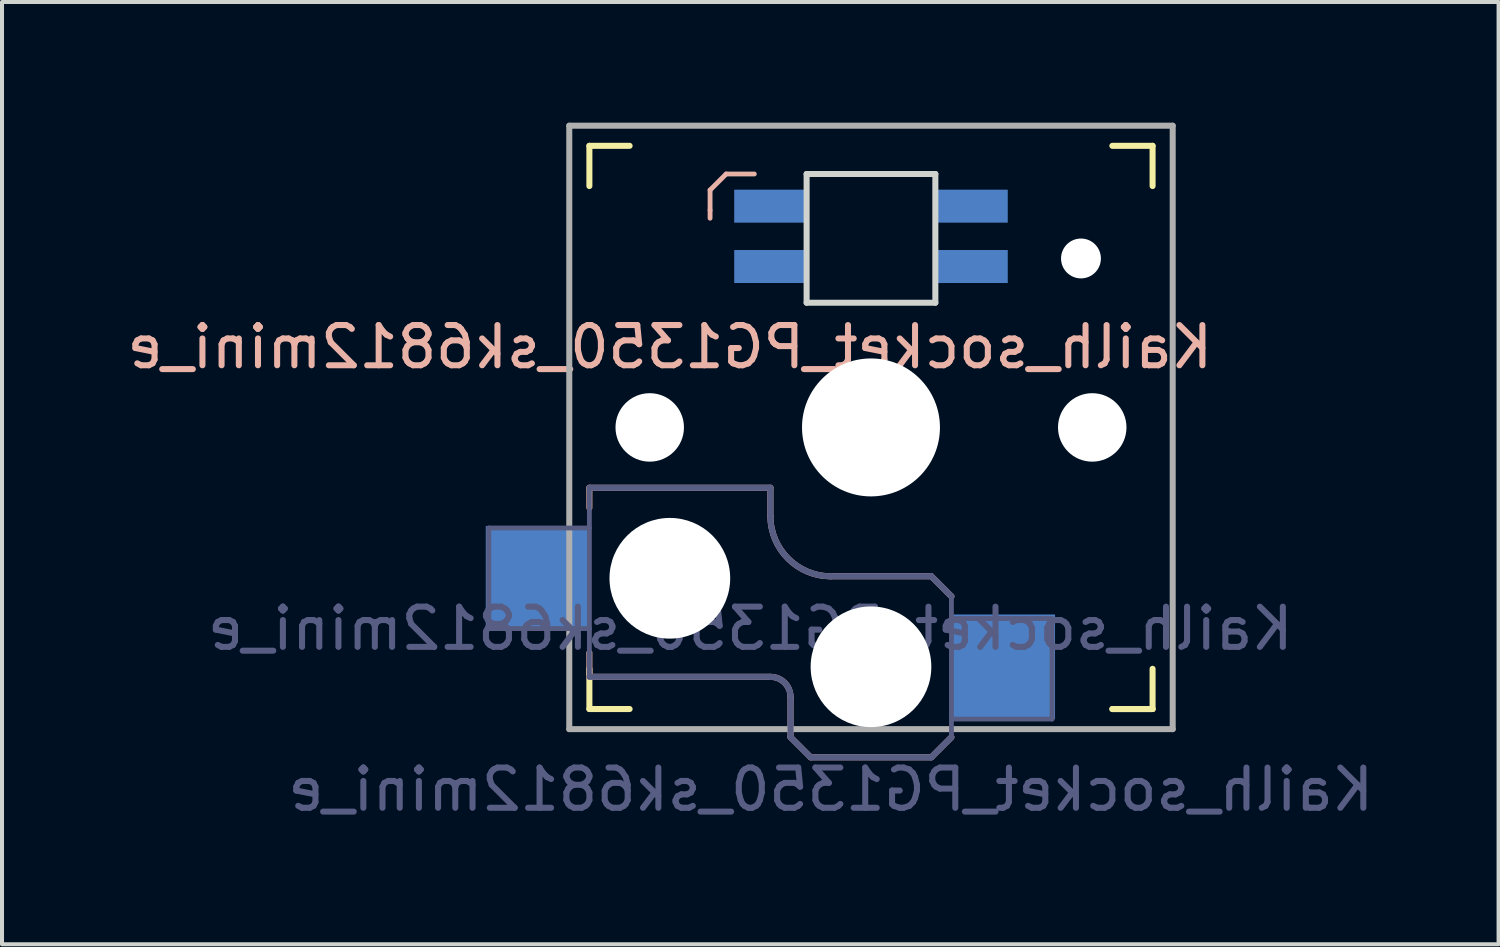
<source format=kicad_pcb>
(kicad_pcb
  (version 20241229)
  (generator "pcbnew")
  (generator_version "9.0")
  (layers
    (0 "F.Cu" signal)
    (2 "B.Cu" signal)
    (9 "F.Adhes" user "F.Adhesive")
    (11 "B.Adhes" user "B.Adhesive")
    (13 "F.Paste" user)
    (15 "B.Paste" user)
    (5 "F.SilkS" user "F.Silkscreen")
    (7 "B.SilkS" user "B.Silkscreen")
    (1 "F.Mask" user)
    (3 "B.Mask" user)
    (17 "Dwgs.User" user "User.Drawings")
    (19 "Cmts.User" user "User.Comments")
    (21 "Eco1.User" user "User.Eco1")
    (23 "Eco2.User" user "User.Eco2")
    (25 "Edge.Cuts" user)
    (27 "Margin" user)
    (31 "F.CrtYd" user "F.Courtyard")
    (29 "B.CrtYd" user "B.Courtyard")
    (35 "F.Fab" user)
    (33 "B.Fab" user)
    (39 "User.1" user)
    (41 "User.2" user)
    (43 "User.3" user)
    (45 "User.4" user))
  (footprint "Kailh_socket_PG1350_sk6812mini_e"
    (layer "F.Cu")
    (at 18.601 7.575)
    (property "Reference" "Kailh_socket_PG1350_sk6812mini_e" (at -5 -2 0) (layer "B.SilkS") (effects (font (size 1 1) (thickness 0.15)) (justify mirror)))
    (property "Value" "Kailh_socket_PG1350_sk6812mini_e" (at 0 8.255 0) (layer "F.Fab") (hide yes) (effects (font (size 1 1) (thickness 0.15))))
    (attr smd)
    (fp_line (start -7 -6) (end -7 -7) (stroke (width 0.15) (type solid)) (layer "F.SilkS"))
    (fp_line (start -7 7) (end -7 6) (stroke (width 0.15) (type solid)) (layer "F.SilkS"))
    (fp_line (start -7 7) (end -6 7) (stroke (width 0.15) (type solid)) (layer "F.SilkS"))
    (fp_line (start -6 -7) (end -7 -7) (stroke (width 0.15) (type solid)) (layer "F.SilkS"))
    (fp_line (start 6 7) (end 7 7) (stroke (width 0.15) (type solid)) (layer "F.SilkS"))
    (fp_line (start 7 -7) (end 6 -7) (stroke (width 0.15) (type solid)) (layer "F.SilkS"))
    (fp_line (start 7 -7) (end 7 -6) (stroke (width 0.15) (type solid)) (layer "F.SilkS"))
    (fp_line (start 7 6) (end 7 7) (stroke (width 0.15) (type solid)) (layer "F.SilkS"))
    (fp_line (start 7 7) (end 6 7) (stroke (width 0.15) (type solid)) (layer "F.SilkS"))
    (fp_line (start -7 1.5) (end -7 2) (stroke (width 0.15) (type solid)) (layer "B.SilkS"))
    (fp_line (start -7 5.6) (end -7 6.2) (stroke (width 0.15) (type solid)) (layer "B.SilkS"))
    (fp_line (start -7 6.2) (end -2.5 6.2) (stroke (width 0.15) (type solid)) (layer "B.SilkS"))
    (fp_line (start -4 -5.9) (end -4 -5.4) (stroke (width 0.12) (type solid)) (layer "B.SilkS"))
    (fp_line (start -4 -5.9) (end -3.6 -6.3) (stroke (width 0.12) (type solid)) (layer "B.SilkS"))
    (fp_line (start -4 -5.2) (end -4 -5.4) (stroke (width 0.12) (type solid)) (layer "B.SilkS"))
    (fp_line (start -3.6 -6.3) (end -2.9 -6.3) (stroke (width 0.12) (type solid)) (layer "B.SilkS"))
    (fp_line (start -2.5 1.5) (end -7 1.5) (stroke (width 0.15) (type solid)) (layer "B.SilkS"))
    (fp_line (start -2.5 2.2) (end -2.5 1.5) (stroke (width 0.15) (type solid)) (layer "B.SilkS"))
    (fp_line (start -2 6.7) (end -2 7.7) (stroke (width 0.15) (type solid)) (layer "B.SilkS"))
    (fp_line (start -1.5 8.2) (end -2 7.7) (stroke (width 0.15) (type solid)) (layer "B.SilkS"))
    (fp_line (start 1.5 3.7) (end -1 3.7) (stroke (width 0.15) (type solid)) (layer "B.SilkS"))
    (fp_line (start 1.5 8.2) (end -1.5 8.2) (stroke (width 0.15) (type solid)) (layer "B.SilkS"))
    (fp_line (start 2 4.2) (end 1.5 3.7) (stroke (width 0.15) (type solid)) (layer "B.SilkS"))
    (fp_line (start 2 7.7) (end 1.5 8.2) (stroke (width 0.15) (type solid)) (layer "B.SilkS"))
    (fp_arc (start -2.5 6.2) (mid -2.146447 6.346447) (end -2 6.7) (stroke (width 0.15) (type solid)) (layer "B.SilkS"))
    (fp_arc (start -1 3.7) (mid -2.06066 3.26066) (end -2.5 2.2) (stroke (width 0.15) (type solid)) (layer "B.SilkS"))
    (fp_line (start -6.9 6.9) (end -6.9 -6.9) (stroke (width 0.15) (type solid)) (layer "Eco2.User"))
    (fp_line (start -6.9 6.9) (end 6.9 6.9) (stroke (width 0.15) (type solid)) (layer "Eco2.User"))
    (fp_line (start 6.9 -6.9) (end -6.9 -6.9) (stroke (width 0.15) (type solid)) (layer "Eco2.User"))
    (fp_line (start 6.9 -6.9) (end 6.9 6.9) (stroke (width 0.15) (type solid)) (layer "Eco2.User"))
    (fp_line (start -1.6 -3.1) (end -1.6 -6.3) (stroke (width 0.15) (type solid)) (layer "Edge.Cuts"))
    (fp_line (start -1.6 -3.1) (end 1.6 -3.1) (stroke (width 0.15) (type solid)) (layer "Edge.Cuts"))
    (fp_line (start 1.6 -6.3) (end -1.6 -6.3) (stroke (width 0.15) (type solid)) (layer "Edge.Cuts"))
    (fp_line (start 1.6 -3.1) (end 1.6 -6.3) (stroke (width 0.15) (type solid)) (layer "Edge.Cuts"))
    (fp_line (start -9.5 2.5) (end -7 2.5) (stroke (width 0.12) (type solid)) (layer "B.Fab"))
    (fp_line (start -9.5 5) (end -9.5 2.5) (stroke (width 0.12) (type solid)) (layer "B.Fab"))
    (fp_line (start -7 1.5) (end -7 6.2) (stroke (width 0.12) (type solid)) (layer "B.Fab"))
    (fp_line (start -7 5) (end -9.5 5) (stroke (width 0.12) (type solid)) (layer "B.Fab"))
    (fp_line (start -7 6.2) (end -2.5 6.2) (stroke (width 0.15) (type solid)) (layer "B.Fab"))
    (fp_line (start -2.5 1.5) (end -7 1.5) (stroke (width 0.15) (type solid)) (layer "B.Fab"))
    (fp_line (start -2.5 2.2) (end -2.5 1.5) (stroke (width 0.15) (type solid)) (layer "B.Fab"))
    (fp_line (start -2 6.7) (end -2 7.7) (stroke (width 0.15) (type solid)) (layer "B.Fab"))
    (fp_line (start -1.5 8.2) (end -2 7.7) (stroke (width 0.15) (type solid)) (layer "B.Fab"))
    (fp_line (start 1.5 3.7) (end -1 3.7) (stroke (width 0.15) (type solid)) (layer "B.Fab"))
    (fp_line (start 1.5 8.2) (end -1.5 8.2) (stroke (width 0.15) (type solid)) (layer "B.Fab"))
    (fp_line (start 2 4.2) (end 1.5 3.7) (stroke (width 0.15) (type solid)) (layer "B.Fab"))
    (fp_line (start 2 4.25) (end 2 7.7) (stroke (width 0.12) (type solid)) (layer "B.Fab"))
    (fp_line (start 2 4.75) (end 4.5 4.75) (stroke (width 0.12) (type solid)) (layer "B.Fab"))
    (fp_line (start 2 7.7) (end 1.5 8.2) (stroke (width 0.15) (type solid)) (layer "B.Fab"))
    (fp_line (start 4.5 4.75) (end 4.5 7.25) (stroke (width 0.12) (type solid)) (layer "B.Fab"))
    (fp_line (start 4.5 7.25) (end 2 7.25) (stroke (width 0.12) (type solid)) (layer "B.Fab"))
    (fp_arc (start -2.5 6.2) (mid -2.146447 6.346447) (end -2 6.7) (stroke (width 0.15) (type solid)) (layer "B.Fab"))
    (fp_arc (start -1 3.7) (mid -2.06066 3.26066) (end -2.5 2.2) (stroke (width 0.15) (type solid)) (layer "B.Fab"))
    (fp_line (start -7.5 -7.5) (end 7.5 -7.5) (stroke (width 0.15) (type solid)) (layer "F.Fab"))
    (fp_line (start -7.5 7.5) (end -7.5 -7.5) (stroke (width 0.15) (type solid)) (layer "F.Fab"))
    (fp_line (start 7.5 -7.5) (end 7.5 7.5) (stroke (width 0.15) (type solid)) (layer "F.Fab"))
    (fp_line (start 7.5 7.5) (end -7.5 7.5) (stroke (width 0.15) (type solid)) (layer "F.Fab"))
    (fp_text user "${VALUE}" (at -1 9 0) (layer "B.Fab") (effects (font (size 1 1) (thickness 0.15)) (justify mirror)))
    (fp_text user "${REFERENCE}" (at -3 5 0) (layer "B.Fab") (effects (font (size 1 1) (thickness 0.15)) (justify mirror)))
    (pad "" np_thru_hole circle (at -5.5 0) (size 1.702 1.702) (drill 1.702) (layers "*.Cu" "*.Mask"))
    (pad "" np_thru_hole circle (at -5 3.75) (size 3 3) (drill 3) (layers "*.Cu" "*.Mask"))
    (pad "" np_thru_hole circle (at 0 0) (size 3.429 3.429) (drill 3.429) (layers "*.Cu" "*.Mask"))
    (pad "" np_thru_hole circle (at 0 5.95) (size 3 3) (drill 3) (layers "*.Cu" "*.Mask"))
    (pad "" np_thru_hole circle (at 5.22 -4.2) (size 0.991 0.991) (drill 0.991) (layers "*.Cu" "*.Mask"))
    (pad "" np_thru_hole circle (at 5.5 0) (size 1.702 1.702) (drill 1.702) (layers "*.Cu" "*.Mask"))
    (pad "1" smd rect (at 3.275 5.95) (size 2.6 2.6) (layers "B.Cu" "B.Mask" "B.Paste"))
    (pad "2" smd rect (at -8.275 3.75) (size 2.6 2.6) (layers "B.Cu" "B.Mask" "B.Paste"))
    (pad "3" smd rect (at -2.5 -5.5) (size 1.8 0.82) (layers "B.Cu" "B.Mask" "B.Paste"))
    (pad "4" smd rect (at -2.5 -4) (size 1.8 0.82) (layers "B.Cu" "B.Mask" "B.Paste"))
    (pad "5" smd rect (at 2.5 -5.5) (size 1.8 0.82) (layers "B.Cu" "B.Mask" "B.Paste"))
    (pad "6" smd rect (at 2.5 -4) (size 1.8 0.82) (layers "B.Cu" "B.Mask" "B.Paste")))
  (gr_rect
    (start -3 -3)
    (end 34.202 20.423)
    (stroke (width 0.1) (type default))
    (fill no)
    (layer "Edge.Cuts")))
</source>
